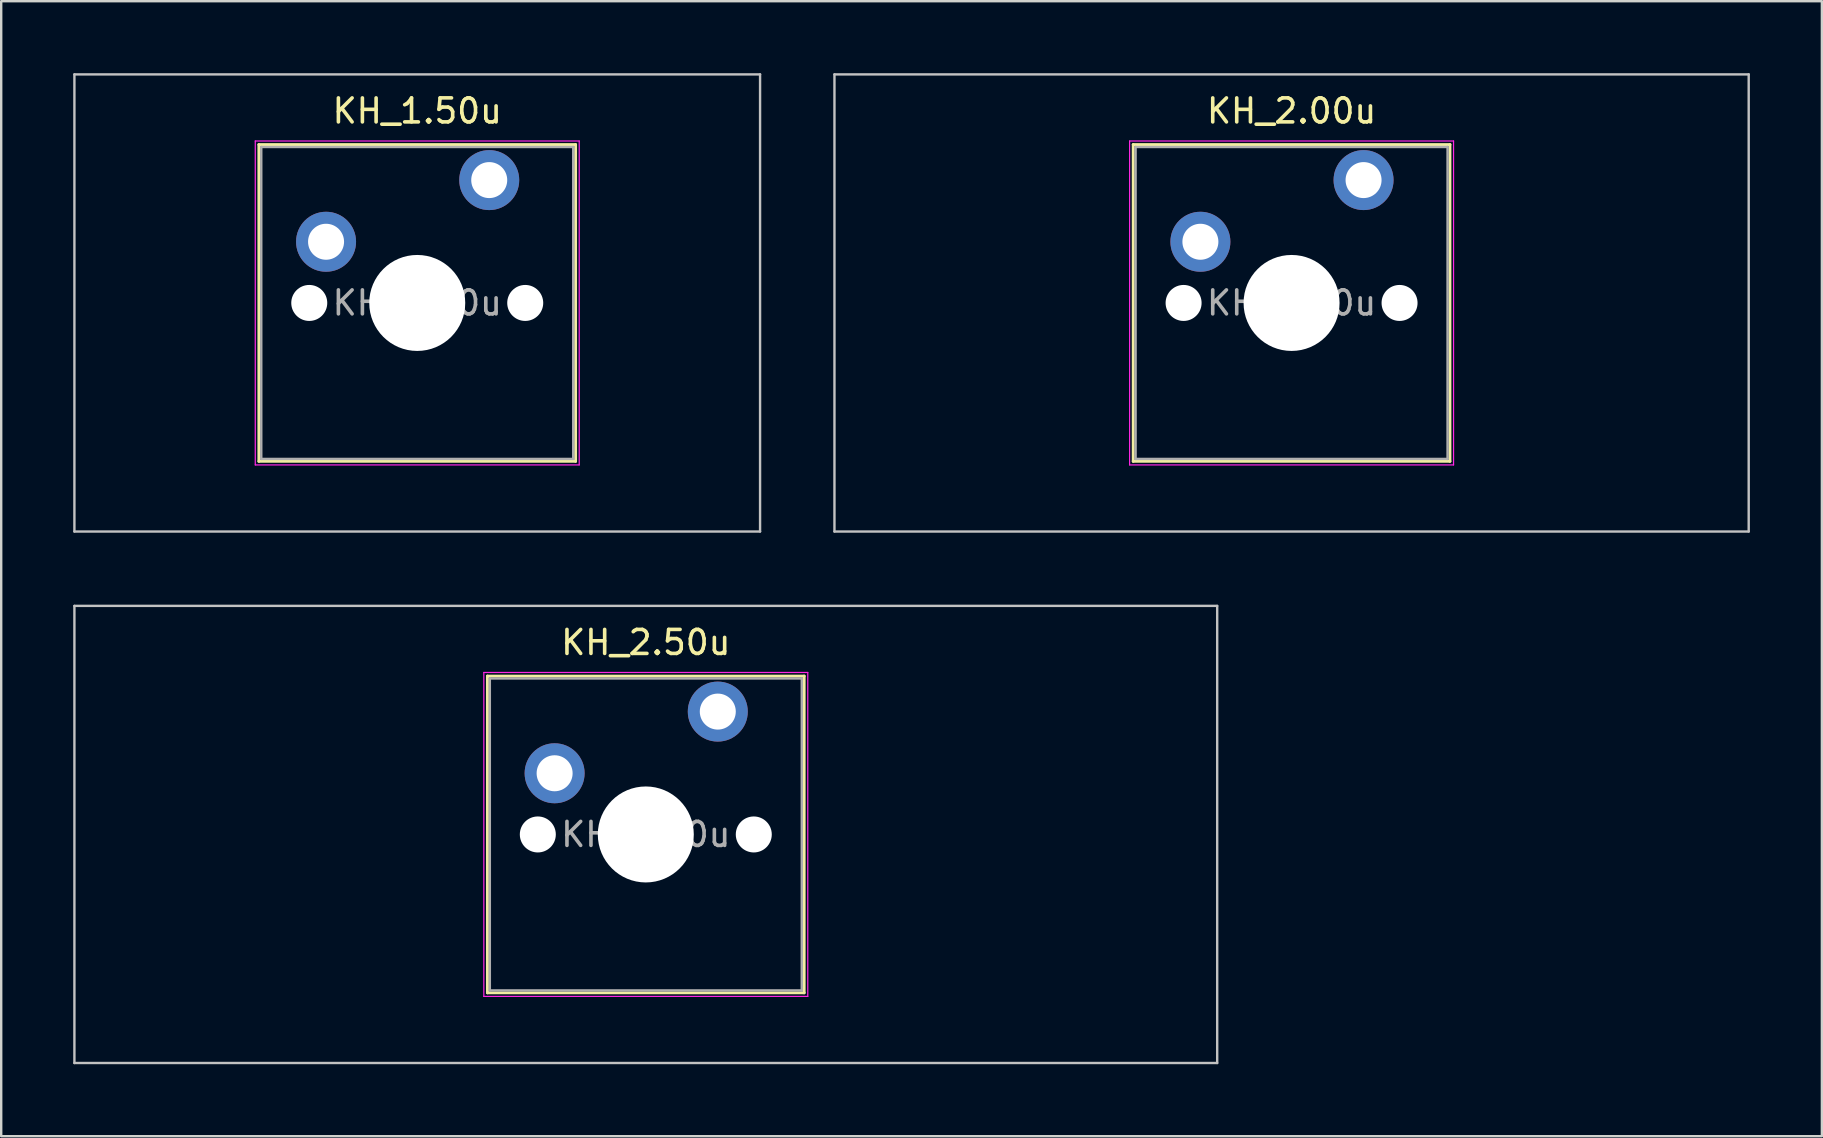
<source format=kicad_pcb>
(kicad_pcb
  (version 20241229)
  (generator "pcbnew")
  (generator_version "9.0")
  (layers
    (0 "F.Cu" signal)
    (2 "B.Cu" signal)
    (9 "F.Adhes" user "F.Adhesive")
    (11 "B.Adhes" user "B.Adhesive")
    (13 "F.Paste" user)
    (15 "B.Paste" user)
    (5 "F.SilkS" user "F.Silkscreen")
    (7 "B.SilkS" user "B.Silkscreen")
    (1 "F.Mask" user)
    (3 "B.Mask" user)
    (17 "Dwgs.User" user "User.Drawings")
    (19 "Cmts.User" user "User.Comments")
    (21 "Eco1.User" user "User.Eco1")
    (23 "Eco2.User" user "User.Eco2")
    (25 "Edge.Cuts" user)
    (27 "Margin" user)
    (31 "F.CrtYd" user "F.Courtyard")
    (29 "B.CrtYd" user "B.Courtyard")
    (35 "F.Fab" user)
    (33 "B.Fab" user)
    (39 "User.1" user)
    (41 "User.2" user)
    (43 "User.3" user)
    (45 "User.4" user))
  (footprint "KH_2.00u"
    (layer "F.Cu")
    (at 50.775 9.575)
    (property "Reference" "KH_2.00u" (at 0 -8 0) (layer "F.SilkS") (effects (font (size 1 1) (thickness 0.15))))
    (attr through_hole)
    (fp_line (start -6.6 -6.6) (end -6.6 6.6) (stroke (width 0.12) (type solid)) (layer "F.SilkS"))
    (fp_line (start -6.6 6.6) (end 6.6 6.6) (stroke (width 0.12) (type solid)) (layer "F.SilkS"))
    (fp_line (start 6.6 -6.6) (end -6.6 -6.6) (stroke (width 0.12) (type solid)) (layer "F.SilkS"))
    (fp_line (start 6.6 6.6) (end 6.6 -6.6) (stroke (width 0.12) (type solid)) (layer "F.SilkS"))
    (fp_line (start -19.05 -9.525) (end -19.05 9.525) (stroke (width 0.1) (type solid)) (layer "Dwgs.User"))
    (fp_line (start -19.05 9.525) (end 19.05 9.525) (stroke (width 0.1) (type solid)) (layer "Dwgs.User"))
    (fp_line (start 19.05 -9.525) (end -19.05 -9.525) (stroke (width 0.1) (type solid)) (layer "Dwgs.User"))
    (fp_line (start 19.05 9.525) (end 19.05 -9.525) (stroke (width 0.1) (type solid)) (layer "Dwgs.User"))
    (fp_line (start -6.1 -6.1) (end -6.1 6.1) (stroke (width 0.1) (type solid)) (layer "Eco1.User"))
    (fp_line (start -6.1 6.1) (end 6.1 6.1) (stroke (width 0.1) (type solid)) (layer "Eco1.User"))
    (fp_line (start 6.1 -6.1) (end -6.1 -6.1) (stroke (width 0.1) (type solid)) (layer "Eco1.User"))
    (fp_line (start 6.1 6.1) (end 6.1 -6.1) (stroke (width 0.1) (type solid)) (layer "Eco1.User"))
    (fp_line (start -6.75 -6.75) (end -6.75 6.75) (stroke (width 0.05) (type solid)) (layer "F.CrtYd"))
    (fp_line (start -6.75 6.75) (end 6.75 6.75) (stroke (width 0.05) (type solid)) (layer "F.CrtYd"))
    (fp_line (start 6.75 -6.75) (end -6.75 -6.75) (stroke (width 0.05) (type solid)) (layer "F.CrtYd"))
    (fp_line (start 6.75 6.75) (end 6.75 -6.75) (stroke (width 0.05) (type solid)) (layer "F.CrtYd"))
    (fp_line (start -6.5 -6.5) (end -6.5 6.5) (stroke (width 0.1) (type solid)) (layer "F.Fab"))
    (fp_line (start -6.5 6.5) (end 6.5 6.5) (stroke (width 0.1) (type solid)) (layer "F.Fab"))
    (fp_line (start 6.5 -6.5) (end -6.5 -6.5) (stroke (width 0.1) (type solid)) (layer "F.Fab"))
    (fp_line (start 6.5 6.5) (end 6.5 -6.5) (stroke (width 0.1) (type solid)) (layer "F.Fab"))
    (fp_text user "${REFERENCE}" (at 0 0 0) (layer "F.Fab") (effects (font (size 1 1) (thickness 0.15))))
    (pad "" np_thru_hole circle (at -4.5 0) (size 1.5 1.5) (drill 1.5) (layers "*.Cu" "*.Mask"))
    (pad "" np_thru_hole circle (at 0 0) (size 4 4) (drill 4) (layers "*.Cu" "*.Mask"))
    (pad "" np_thru_hole circle (at 4.5 0) (size 1.5 1.5) (drill 1.5) (layers "*.Cu" "*.Mask"))
    (pad "1" thru_hole circle (at -3.8 -2.55) (size 2.5 2.5) (drill 1.5) (layers "*.Cu" "*.Mask"))
    (pad "2" thru_hole circle (at 3 -5.12) (size 2.5 2.5) (drill 1.5) (layers "*.Cu" "*.Mask")))
  (footprint "KH_2.50u"
    (layer "F.Cu")
    (at 23.863 31.725)
    (property "Reference" "KH_2.50u" (at 0 -8 0) (layer "F.SilkS") (effects (font (size 1 1) (thickness 0.15))))
    (attr through_hole)
    (fp_line (start -6.6 -6.6) (end -6.6 6.6) (stroke (width 0.12) (type solid)) (layer "F.SilkS"))
    (fp_line (start -6.6 6.6) (end 6.6 6.6) (stroke (width 0.12) (type solid)) (layer "F.SilkS"))
    (fp_line (start 6.6 -6.6) (end -6.6 -6.6) (stroke (width 0.12) (type solid)) (layer "F.SilkS"))
    (fp_line (start 6.6 6.6) (end 6.6 -6.6) (stroke (width 0.12) (type solid)) (layer "F.SilkS"))
    (fp_line (start -23.812 -9.525) (end -23.812 9.525) (stroke (width 0.1) (type solid)) (layer "Dwgs.User"))
    (fp_line (start -23.812 9.525) (end 23.812 9.525) (stroke (width 0.1) (type solid)) (layer "Dwgs.User"))
    (fp_line (start 23.812 -9.525) (end -23.812 -9.525) (stroke (width 0.1) (type solid)) (layer "Dwgs.User"))
    (fp_line (start 23.812 9.525) (end 23.812 -9.525) (stroke (width 0.1) (type solid)) (layer "Dwgs.User"))
    (fp_line (start -6.1 -6.1) (end -6.1 6.1) (stroke (width 0.1) (type solid)) (layer "Eco1.User"))
    (fp_line (start -6.1 6.1) (end 6.1 6.1) (stroke (width 0.1) (type solid)) (layer "Eco1.User"))
    (fp_line (start 6.1 -6.1) (end -6.1 -6.1) (stroke (width 0.1) (type solid)) (layer "Eco1.User"))
    (fp_line (start 6.1 6.1) (end 6.1 -6.1) (stroke (width 0.1) (type solid)) (layer "Eco1.User"))
    (fp_line (start -6.75 -6.75) (end -6.75 6.75) (stroke (width 0.05) (type solid)) (layer "F.CrtYd"))
    (fp_line (start -6.75 6.75) (end 6.75 6.75) (stroke (width 0.05) (type solid)) (layer "F.CrtYd"))
    (fp_line (start 6.75 -6.75) (end -6.75 -6.75) (stroke (width 0.05) (type solid)) (layer "F.CrtYd"))
    (fp_line (start 6.75 6.75) (end 6.75 -6.75) (stroke (width 0.05) (type solid)) (layer "F.CrtYd"))
    (fp_line (start -6.5 -6.5) (end -6.5 6.5) (stroke (width 0.1) (type solid)) (layer "F.Fab"))
    (fp_line (start -6.5 6.5) (end 6.5 6.5) (stroke (width 0.1) (type solid)) (layer "F.Fab"))
    (fp_line (start 6.5 -6.5) (end -6.5 -6.5) (stroke (width 0.1) (type solid)) (layer "F.Fab"))
    (fp_line (start 6.5 6.5) (end 6.5 -6.5) (stroke (width 0.1) (type solid)) (layer "F.Fab"))
    (fp_text user "${REFERENCE}" (at 0 0 0) (layer "F.Fab") (effects (font (size 1 1) (thickness 0.15))))
    (pad "" np_thru_hole circle (at -4.5 0) (size 1.5 1.5) (drill 1.5) (layers "*.Cu" "*.Mask"))
    (pad "" np_thru_hole circle (at 0 0) (size 4 4) (drill 4) (layers "*.Cu" "*.Mask"))
    (pad "" np_thru_hole circle (at 4.5 0) (size 1.5 1.5) (drill 1.5) (layers "*.Cu" "*.Mask"))
    (pad "1" thru_hole circle (at -3.8 -2.55) (size 2.5 2.5) (drill 1.5) (layers "*.Cu" "*.Mask"))
    (pad "2" thru_hole circle (at 3 -5.12) (size 2.5 2.5) (drill 1.5) (layers "*.Cu" "*.Mask")))
  (footprint "KH_1.50u"
    (layer "F.Cu")
    (at 14.338 9.575)
    (property "Reference" "KH_1.50u" (at 0 -8 0) (layer "F.SilkS") (effects (font (size 1 1) (thickness 0.15))))
    (attr through_hole)
    (fp_line (start -6.6 -6.6) (end -6.6 6.6) (stroke (width 0.12) (type solid)) (layer "F.SilkS"))
    (fp_line (start -6.6 6.6) (end 6.6 6.6) (stroke (width 0.12) (type solid)) (layer "F.SilkS"))
    (fp_line (start 6.6 -6.6) (end -6.6 -6.6) (stroke (width 0.12) (type solid)) (layer "F.SilkS"))
    (fp_line (start 6.6 6.6) (end 6.6 -6.6) (stroke (width 0.12) (type solid)) (layer "F.SilkS"))
    (fp_line (start -14.287 -9.525) (end -14.287 9.525) (stroke (width 0.1) (type solid)) (layer "Dwgs.User"))
    (fp_line (start -14.287 9.525) (end 14.287 9.525) (stroke (width 0.1) (type solid)) (layer "Dwgs.User"))
    (fp_line (start 14.287 -9.525) (end -14.287 -9.525) (stroke (width 0.1) (type solid)) (layer "Dwgs.User"))
    (fp_line (start 14.287 9.525) (end 14.287 -9.525) (stroke (width 0.1) (type solid)) (layer "Dwgs.User"))
    (fp_line (start -6.1 -6.1) (end -6.1 6.1) (stroke (width 0.1) (type solid)) (layer "Eco1.User"))
    (fp_line (start -6.1 6.1) (end 6.1 6.1) (stroke (width 0.1) (type solid)) (layer "Eco1.User"))
    (fp_line (start 6.1 -6.1) (end -6.1 -6.1) (stroke (width 0.1) (type solid)) (layer "Eco1.User"))
    (fp_line (start 6.1 6.1) (end 6.1 -6.1) (stroke (width 0.1) (type solid)) (layer "Eco1.User"))
    (fp_line (start -6.75 -6.75) (end -6.75 6.75) (stroke (width 0.05) (type solid)) (layer "F.CrtYd"))
    (fp_line (start -6.75 6.75) (end 6.75 6.75) (stroke (width 0.05) (type solid)) (layer "F.CrtYd"))
    (fp_line (start 6.75 -6.75) (end -6.75 -6.75) (stroke (width 0.05) (type solid)) (layer "F.CrtYd"))
    (fp_line (start 6.75 6.75) (end 6.75 -6.75) (stroke (width 0.05) (type solid)) (layer "F.CrtYd"))
    (fp_line (start -6.5 -6.5) (end -6.5 6.5) (stroke (width 0.1) (type solid)) (layer "F.Fab"))
    (fp_line (start -6.5 6.5) (end 6.5 6.5) (stroke (width 0.1) (type solid)) (layer "F.Fab"))
    (fp_line (start 6.5 -6.5) (end -6.5 -6.5) (stroke (width 0.1) (type solid)) (layer "F.Fab"))
    (fp_line (start 6.5 6.5) (end 6.5 -6.5) (stroke (width 0.1) (type solid)) (layer "F.Fab"))
    (fp_text user "${REFERENCE}" (at 0 0 0) (layer "F.Fab") (effects (font (size 1 1) (thickness 0.15))))
    (pad "" np_thru_hole circle (at -4.5 0) (size 1.5 1.5) (drill 1.5) (layers "*.Cu" "*.Mask"))
    (pad "" np_thru_hole circle (at 0 0) (size 4 4) (drill 4) (layers "*.Cu" "*.Mask"))
    (pad "" np_thru_hole circle (at 4.5 0) (size 1.5 1.5) (drill 1.5) (layers "*.Cu" "*.Mask"))
    (pad "1" thru_hole circle (at -3.8 -2.55) (size 2.5 2.5) (drill 1.5) (layers "*.Cu" "*.Mask"))
    (pad "2" thru_hole circle (at 3 -5.12) (size 2.5 2.5) (drill 1.5) (layers "*.Cu" "*.Mask")))
  (gr_rect
    (start -3 -3)
    (end 72.875 44.3)
    (stroke (width 0.1) (type default))
    (fill no)
    (layer "Edge.Cuts")))
</source>
